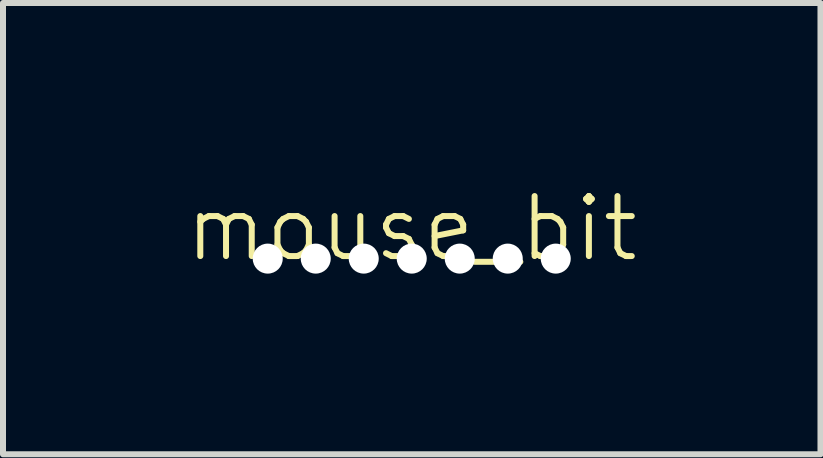
<source format=kicad_pcb>
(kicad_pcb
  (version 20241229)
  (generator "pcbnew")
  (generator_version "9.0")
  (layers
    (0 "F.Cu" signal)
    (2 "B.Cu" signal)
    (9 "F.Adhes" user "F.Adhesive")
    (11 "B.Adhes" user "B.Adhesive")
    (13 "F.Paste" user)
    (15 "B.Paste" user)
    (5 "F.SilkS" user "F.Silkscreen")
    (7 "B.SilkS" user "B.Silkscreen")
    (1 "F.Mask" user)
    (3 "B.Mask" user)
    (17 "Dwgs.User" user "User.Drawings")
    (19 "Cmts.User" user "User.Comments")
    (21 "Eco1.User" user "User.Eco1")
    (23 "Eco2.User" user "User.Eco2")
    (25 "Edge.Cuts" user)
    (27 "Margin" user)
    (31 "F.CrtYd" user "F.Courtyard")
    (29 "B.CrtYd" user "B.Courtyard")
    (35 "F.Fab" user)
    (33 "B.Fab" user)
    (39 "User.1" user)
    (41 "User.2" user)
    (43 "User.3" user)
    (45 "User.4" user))
  (footprint "mouse_bit"
    (layer "F.Cu")
    (at 3.812 1.26)
    (property "Reference" "mouse_bit" (at 0 -0.5 0) (unlocked yes) (layer "F.SilkS") (effects (font (size 1 1) (thickness 0.1))))
    (attr through_hole)
    (pad "" np_thru_hole circle (at -2.4 0) (size 0.5 0.5) (drill 0.5) (layers "*.Cu" "*.Mask"))
    (pad "" np_thru_hole circle (at -1.6 0 180) (size 0.5 0.5) (drill 0.5) (layers "*.Cu" "*.Mask"))
    (pad "" np_thru_hole circle (at -0.8 0) (size 0.5 0.5) (drill 0.5) (layers "*.Cu" "*.Mask"))
    (pad "" np_thru_hole circle (at 0 0) (size 0.5 0.5) (drill 0.5) (layers "*.Cu" "*.Mask"))
    (pad "" np_thru_hole circle (at 0.8 0) (size 0.5 0.5) (drill 0.5) (layers "*.Cu" "*.Mask"))
    (pad "" np_thru_hole circle (at 1.6 0) (size 0.5 0.5) (drill 0.5) (layers "*.Cu" "*.Mask"))
    (pad "" np_thru_hole circle (at 2.4 0) (size 0.5 0.5) (drill 0.5) (layers "*.Cu" "*.Mask")))
  (gr_rect
    (start -3 -3)
    (end 10.624 4.521)
    (stroke (width 0.1) (type default))
    (fill no)
    (layer "Edge.Cuts")))
</source>
